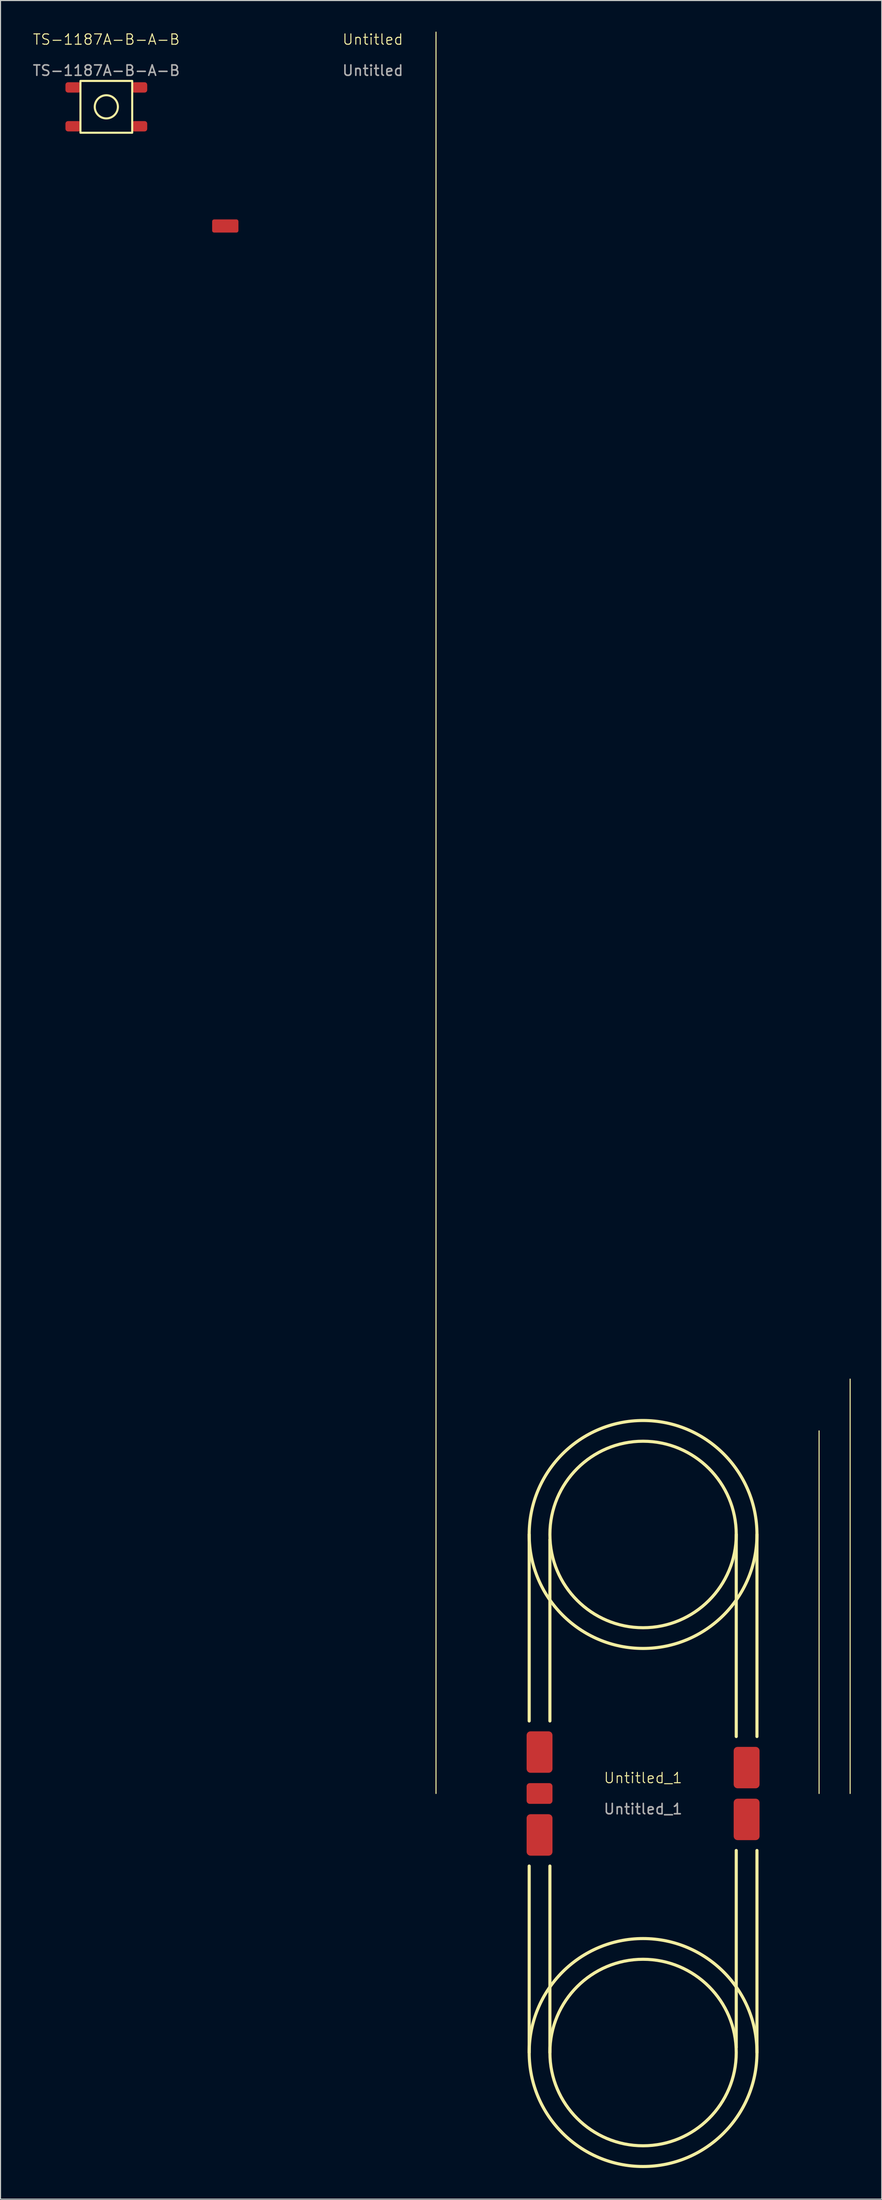
<source format=kicad_pcb>
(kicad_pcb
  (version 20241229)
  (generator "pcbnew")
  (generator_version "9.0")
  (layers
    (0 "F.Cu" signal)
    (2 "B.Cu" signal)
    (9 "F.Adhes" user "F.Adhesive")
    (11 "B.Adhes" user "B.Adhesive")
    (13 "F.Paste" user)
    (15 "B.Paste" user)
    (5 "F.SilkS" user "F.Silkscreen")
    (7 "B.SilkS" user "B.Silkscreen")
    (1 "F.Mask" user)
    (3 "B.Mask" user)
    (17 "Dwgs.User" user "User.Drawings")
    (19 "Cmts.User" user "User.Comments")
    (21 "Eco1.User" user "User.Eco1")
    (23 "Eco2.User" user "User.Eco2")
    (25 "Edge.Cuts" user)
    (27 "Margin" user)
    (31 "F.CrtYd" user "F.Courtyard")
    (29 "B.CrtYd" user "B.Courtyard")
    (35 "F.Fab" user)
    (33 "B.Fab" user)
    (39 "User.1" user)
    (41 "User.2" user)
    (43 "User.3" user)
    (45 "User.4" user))
  (footprint "TS-1187A-B-A-B"
    (layer "F.Cu")
    (at 7.22 7.261)
    (property "Reference" "TS-1187A-B-A-B" (at 0 -6.5 0) (unlocked yes) (layer "F.SilkS") (effects (font (size 1 1) (thickness 0.1))))
    (attr smd)
    (fp_rect (start -2.5 -2.5) (end 2.5 2.5) (stroke (width 0.2) (type default)) (fill no) (layer "F.SilkS"))
    (fp_circle (center 0 0) (end 1.118 0) (stroke (width 0.2) (type default)) (fill no) (layer "F.SilkS"))
    (fp_text user "${REFERENCE}" (at 0 -3.5 0) (unlocked yes) (layer "F.Fab") (effects (font (size 1 1) (thickness 0.15))))
    (pad "1" smd roundrect (at -3.2 -1.875) (size 1.5 1) (layers "F.Cu" "F.Mask" "F.Paste") (roundrect_rratio 0.25))
    (pad "2" smd roundrect (at 3.2 -1.875) (size 1.5 1) (layers "F.Cu" "F.Mask" "F.Paste") (roundrect_rratio 0.25))
    (pad "3" smd roundrect (at -3.2 1.875) (size 1.5 1) (layers "F.Cu" "F.Mask" "F.Paste") (roundrect_rratio 0.25))
    (pad "4" smd roundrect (at 3.2 1.875) (size 1.5 1) (layers "F.Cu" "F.Mask" "F.Paste") (roundrect_rratio 0.25)))
  (footprint "Untitled"
    (layer "F.Cu")
    (at 32.96 18.761)
    (property "Reference" "Untitled" (at 0 -18 0) (unlocked yes) (layer "F.SilkS") (effects (font (size 1 1) (thickness 0.1))))
    (attr through_hole)
    (fp_text user "${REFERENCE}" (at 0 -15 0) (unlocked yes) (layer "F.Fab") (effects (font (size 1 1) (thickness 0.15))))
    (pad "1" smd roundrect (at -14.25 0) (size 2.54 1.27) (layers "F.Cu" "F.Mask" "F.Paste") (roundrect_rratio 0.15)))
  (footprint "Untitled_1"
    (layer "F.Cu")
    (at 59.064 170.05)
    (property "Reference" "Untitled_1" (at 0 -1.5 0) (unlocked yes) (layer "F.SilkS") (effects (font (size 1 1) (thickness 0.1))))
    (attr through_hole)
    (fp_line (start -20 0) (end -20 -170) (stroke (width 0.1) (type default)) (layer "F.SilkS"))
    (fp_line (start -11 -7) (end -11 -25) (stroke (width 0.3) (type solid)) (layer "F.SilkS"))
    (fp_line (start -11 7) (end -11 25) (stroke (width 0.3) (type solid)) (layer "F.SilkS"))
    (fp_line (start -9 -7) (end -9 -24.5) (stroke (width 0.3) (type solid)) (layer "F.SilkS"))
    (fp_line (start -9 7) (end -9 25) (stroke (width 0.3) (type solid)) (layer "F.SilkS"))
    (fp_line (start 9 -5.5) (end 9 -25) (stroke (width 0.3) (type solid)) (layer "F.SilkS"))
    (fp_line (start 9 5.5) (end 9 24.5) (stroke (width 0.3) (type solid)) (layer "F.SilkS"))
    (fp_line (start 11 -5.5) (end 11 -25) (stroke (width 0.3) (type solid)) (layer "F.SilkS"))
    (fp_line (start 11 5.5) (end 11 25) (stroke (width 0.3) (type solid)) (layer "F.SilkS"))
    (fp_line (start 17 0) (end 17 -35) (stroke (width 0.1) (type default)) (layer "F.SilkS"))
    (fp_line (start 20 0) (end 20 -40) (stroke (width 0.1) (type default)) (layer "F.SilkS"))
    (fp_circle (center 0 -25) (end 9 -25) (stroke (width 0.3) (type solid)) (fill no) (layer "F.SilkS"))
    (fp_circle (center 0 -25) (end 11 -25) (stroke (width 0.3) (type solid)) (fill no) (layer "F.SilkS"))
    (fp_circle (center 0 25) (end -11 25) (stroke (width 0.3) (type solid)) (fill no) (layer "F.SilkS"))
    (fp_circle (center 0 25) (end -9 25) (stroke (width 0.3) (type solid)) (fill no) (layer "F.SilkS"))
    (fp_text user "${REFERENCE}" (at 0 1.5 0) (unlocked yes) (layer "F.Fab") (effects (font (size 1 1) (thickness 0.15))))
    (pad "2" smd roundrect (at -10 0 180) (size 2.5 2) (layers "F.Cu" "F.Mask" "F.Paste") (roundrect_rratio 0.15))
    (pad "4" smd roundrect (at -10 -4 90) (size 4 2.5) (layers "F.Cu" "F.Mask" "F.Paste") (roundrect_rratio 0.15))
    (pad "4" smd roundrect (at 10 -2.5 90) (size 4 2.5) (layers "F.Cu" "F.Mask" "F.Paste") (roundrect_rratio 0.15))
    (pad "4" smd roundrect (at 10 2.5 90) (size 4 2.5) (layers "F.Cu" "F.Mask" "F.Paste") (roundrect_rratio 0.15))
    (pad "7" smd roundrect (at -10 4 90) (size 4 2.5) (layers "F.Cu" "F.Mask" "F.Paste") (roundrect_rratio 0.15)))
  (gr_rect
    (start -3 -3)
    (end 82.114 209.2)
    (stroke (width 0.1) (type default))
    (fill no)
    (layer "Edge.Cuts")))
</source>
